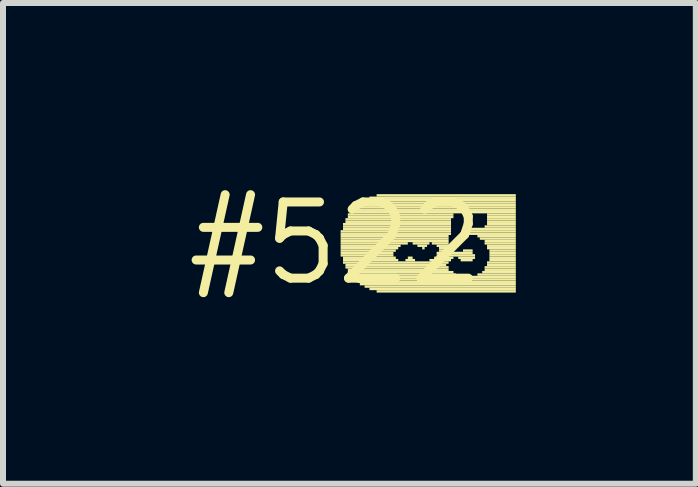
<source format=kicad_pcb>
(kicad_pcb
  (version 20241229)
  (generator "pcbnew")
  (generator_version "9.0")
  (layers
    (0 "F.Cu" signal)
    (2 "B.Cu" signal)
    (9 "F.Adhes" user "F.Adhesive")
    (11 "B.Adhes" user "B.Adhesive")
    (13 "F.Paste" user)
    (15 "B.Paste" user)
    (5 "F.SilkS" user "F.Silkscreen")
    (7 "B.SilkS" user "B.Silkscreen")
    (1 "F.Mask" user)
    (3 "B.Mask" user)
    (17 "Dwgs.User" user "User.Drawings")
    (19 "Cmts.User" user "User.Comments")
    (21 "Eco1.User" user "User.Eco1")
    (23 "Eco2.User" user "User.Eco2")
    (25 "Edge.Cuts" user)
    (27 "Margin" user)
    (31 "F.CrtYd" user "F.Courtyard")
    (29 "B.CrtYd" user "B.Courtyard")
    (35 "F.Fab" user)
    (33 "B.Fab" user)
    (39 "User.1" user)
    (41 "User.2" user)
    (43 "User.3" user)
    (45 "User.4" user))
  (footprint "#522"
    (layer "F.Cu")
    (at 2.547 1.006)
    (property "Reference" "#522" (at 0 0 0) (layer "F.SilkS") (effects (font (size 1.27 1.27) (thickness 0.15))))
    (attr through_hole)
    (fp_poly (pts (xy 0.08 -0.18) (xy 1.92 -0.18) (xy 1.92 -0.22) (xy 0.08 -0.22)) (stroke (width 0) (type solid)) (fill yes) (layer "F.SilkS"))
    (fp_poly (pts (xy 0.08 -0.14) (xy 1.92 -0.14) (xy 1.92 -0.18) (xy 0.08 -0.18)) (stroke (width 0) (type solid)) (fill yes) (layer "F.SilkS"))
    (fp_poly (pts (xy 0.08 -0.1) (xy 1.88 -0.1) (xy 1.88 -0.14) (xy 0.08 -0.14)) (stroke (width 0) (type solid)) (fill yes) (layer "F.SilkS"))
    (fp_poly (pts (xy 0.08 -0.06) (xy 1.88 -0.06) (xy 1.88 -0.1) (xy 0.08 -0.1)) (stroke (width 0) (type solid)) (fill yes) (layer "F.SilkS"))
    (fp_poly (pts (xy 0.08 -0.02) (xy 1.88 -0.02) (xy 1.88 -0.06) (xy 0.08 -0.06)) (stroke (width 0) (type solid)) (fill yes) (layer "F.SilkS"))
    (fp_poly (pts (xy 0.08 0.02) (xy 1.2 0.02) (xy 1.2 -0.02) (xy 0.08 -0.02)) (stroke (width 0) (type solid)) (fill yes) (layer "F.SilkS"))
    (fp_poly (pts (xy 0.08 0.06) (xy 1.08 0.06) (xy 1.08 0.02) (xy 0.08 0.02)) (stroke (width 0) (type solid)) (fill yes) (layer "F.SilkS"))
    (fp_poly (pts (xy 0.08 0.1) (xy 1.04 0.1) (xy 1.04 0.06) (xy 0.08 0.06)) (stroke (width 0) (type solid)) (fill yes) (layer "F.SilkS"))
    (fp_poly (pts (xy 0.08 0.14) (xy 1 0.14) (xy 1 0.1) (xy 0.08 0.1)) (stroke (width 0) (type solid)) (fill yes) (layer "F.SilkS"))
    (fp_poly (pts (xy 0.08 0.18) (xy 0.96 0.18) (xy 0.96 0.14) (xy 0.08 0.14)) (stroke (width 0) (type solid)) (fill yes) (layer "F.SilkS"))
    (fp_poly (pts (xy 0.08 0.22) (xy 0.96 0.22) (xy 0.96 0.18) (xy 0.08 0.18)) (stroke (width 0) (type solid)) (fill yes) (layer "F.SilkS"))
    (fp_poly (pts (xy 0.12 -0.3) (xy 1.92 -0.3) (xy 1.92 -0.34) (xy 0.12 -0.34)) (stroke (width 0) (type solid)) (fill yes) (layer "F.SilkS"))
    (fp_poly (pts (xy 0.12 -0.26) (xy 1.92 -0.26) (xy 1.92 -0.3) (xy 0.12 -0.3)) (stroke (width 0) (type solid)) (fill yes) (layer "F.SilkS"))
    (fp_poly (pts (xy 0.12 -0.22) (xy 1.92 -0.22) (xy 1.92 -0.26) (xy 0.12 -0.26)) (stroke (width 0) (type solid)) (fill yes) (layer "F.SilkS"))
    (fp_poly (pts (xy 0.12 0.26) (xy 1 0.26) (xy 1 0.22) (xy 0.12 0.22)) (stroke (width 0) (type solid)) (fill yes) (layer "F.SilkS"))
    (fp_poly (pts (xy 0.12 0.3) (xy 1.04 0.3) (xy 1.04 0.26) (xy 0.12 0.26)) (stroke (width 0) (type solid)) (fill yes) (layer "F.SilkS"))
    (fp_poly (pts (xy 0.12 0.34) (xy 1.88 0.34) (xy 1.88 0.3) (xy 0.12 0.3)) (stroke (width 0) (type solid)) (fill yes) (layer "F.SilkS"))
    (fp_poly (pts (xy 0.16 -0.38) (xy 1.92 -0.38) (xy 1.92 -0.42) (xy 0.16 -0.42)) (stroke (width 0) (type solid)) (fill yes) (layer "F.SilkS"))
    (fp_poly (pts (xy 0.16 -0.34) (xy 1.92 -0.34) (xy 1.92 -0.38) (xy 0.16 -0.38)) (stroke (width 0) (type solid)) (fill yes) (layer "F.SilkS"))
    (fp_poly (pts (xy 0.16 0.38) (xy 1.84 0.38) (xy 1.84 0.34) (xy 0.16 0.34)) (stroke (width 0) (type solid)) (fill yes) (layer "F.SilkS"))
    (fp_poly (pts (xy 0.16 0.42) (xy 1.88 0.42) (xy 1.88 0.38) (xy 0.16 0.38)) (stroke (width 0) (type solid)) (fill yes) (layer "F.SilkS"))
    (fp_poly (pts (xy 0.2 -0.46) (xy 1.96 -0.46) (xy 1.96 -0.5) (xy 0.2 -0.5)) (stroke (width 0) (type solid)) (fill yes) (layer "F.SilkS"))
    (fp_poly (pts (xy 0.2 -0.42) (xy 1.96 -0.42) (xy 1.96 -0.46) (xy 0.2 -0.46)) (stroke (width 0) (type solid)) (fill yes) (layer "F.SilkS"))
    (fp_poly (pts (xy 0.2 0.46) (xy 1.88 0.46) (xy 1.88 0.42) (xy 0.2 0.42)) (stroke (width 0) (type solid)) (fill yes) (layer "F.SilkS"))
    (fp_poly (pts (xy 0.2 0.5) (xy 1.96 0.5) (xy 1.96 0.46) (xy 0.2 0.46)) (stroke (width 0) (type solid)) (fill yes) (layer "F.SilkS"))
    (fp_poly (pts (xy 0.24 -0.5) (xy 3 -0.5) (xy 3 -0.54) (xy 0.24 -0.54)) (stroke (width 0) (type solid)) (fill yes) (layer "F.SilkS"))
    (fp_poly (pts (xy 0.24 0.54) (xy 2 0.54) (xy 2 0.5) (xy 0.24 0.5)) (stroke (width 0) (type solid)) (fill yes) (layer "F.SilkS"))
    (fp_poly (pts (xy 0.28 -0.54) (xy 3 -0.54) (xy 3 -0.58) (xy 0.28 -0.58)) (stroke (width 0) (type solid)) (fill yes) (layer "F.SilkS"))
    (fp_poly (pts (xy 0.28 0.58) (xy 3 0.58) (xy 3 0.54) (xy 0.28 0.54)) (stroke (width 0) (type solid)) (fill yes) (layer "F.SilkS"))
    (fp_poly (pts (xy 0.32 -0.58) (xy 3 -0.58) (xy 3 -0.62) (xy 0.32 -0.62)) (stroke (width 0) (type solid)) (fill yes) (layer "F.SilkS"))
    (fp_poly (pts (xy 0.32 0.62) (xy 3 0.62) (xy 3 0.58) (xy 0.32 0.58)) (stroke (width 0) (type solid)) (fill yes) (layer "F.SilkS"))
    (fp_poly (pts (xy 0.36 -0.62) (xy 3 -0.62) (xy 3 -0.66) (xy 0.36 -0.66)) (stroke (width 0) (type solid)) (fill yes) (layer "F.SilkS"))
    (fp_poly (pts (xy 0.36 0.66) (xy 3 0.66) (xy 3 0.62) (xy 0.36 0.62)) (stroke (width 0) (type solid)) (fill yes) (layer "F.SilkS"))
    (fp_poly (pts (xy 0.4 -0.66) (xy 3 -0.66) (xy 3 -0.7) (xy 0.4 -0.7)) (stroke (width 0) (type solid)) (fill yes) (layer "F.SilkS"))
    (fp_poly (pts (xy 0.4 0.7) (xy 3 0.7) (xy 3 0.66) (xy 0.4 0.66)) (stroke (width 0) (type solid)) (fill yes) (layer "F.SilkS"))
    (fp_poly (pts (xy 0.48 -0.7) (xy 3 -0.7) (xy 3 -0.74) (xy 0.48 -0.74)) (stroke (width 0) (type solid)) (fill yes) (layer "F.SilkS"))
    (fp_poly (pts (xy 0.48 0.74) (xy 3 0.74) (xy 3 0.7) (xy 0.48 0.7)) (stroke (width 0) (type solid)) (fill yes) (layer "F.SilkS"))
    (fp_poly (pts (xy 0.56 -0.74) (xy 3 -0.74) (xy 3 -0.78) (xy 0.56 -0.78)) (stroke (width 0) (type solid)) (fill yes) (layer "F.SilkS"))
    (fp_poly (pts (xy 0.56 0.78) (xy 3 0.78) (xy 3 0.74) (xy 0.56 0.74)) (stroke (width 0) (type solid)) (fill yes) (layer "F.SilkS"))
    (fp_poly (pts (xy 0.68 -0.78) (xy 3 -0.78) (xy 3 -0.82) (xy 0.68 -0.82)) (stroke (width 0) (type solid)) (fill yes) (layer "F.SilkS"))
    (fp_poly (pts (xy 0.68 0.82) (xy 3 0.82) (xy 3 0.78) (xy 0.68 0.78)) (stroke (width 0) (type solid)) (fill yes) (layer "F.SilkS"))
    (fp_poly (pts (xy 1.16 0.3) (xy 1.32 0.3) (xy 1.32 0.26) (xy 1.16 0.26)) (stroke (width 0) (type solid)) (fill yes) (layer "F.SilkS"))
    (fp_poly (pts (xy 1.2 0.26) (xy 1.28 0.26) (xy 1.28 0.22) (xy 1.2 0.22)) (stroke (width 0) (type solid)) (fill yes) (layer "F.SilkS"))
    (fp_poly (pts (xy 1.28 0.02) (xy 1.56 0.02) (xy 1.56 -0.02) (xy 1.28 -0.02)) (stroke (width 0) (type solid)) (fill yes) (layer "F.SilkS"))
    (fp_poly (pts (xy 1.36 0.06) (xy 1.52 0.06) (xy 1.52 0.02) (xy 1.36 0.02)) (stroke (width 0) (type solid)) (fill yes) (layer "F.SilkS"))
    (fp_poly (pts (xy 1.44 0.1) (xy 1.48 0.1) (xy 1.48 0.06) (xy 1.44 0.06)) (stroke (width 0) (type solid)) (fill yes) (layer "F.SilkS"))
    (fp_poly (pts (xy 1.56 0.3) (xy 1.92 0.3) (xy 1.92 0.26) (xy 1.56 0.26)) (stroke (width 0) (type solid)) (fill yes) (layer "F.SilkS"))
    (fp_poly (pts (xy 1.6 0.02) (xy 1.88 0.02) (xy 1.88 -0.02) (xy 1.6 -0.02)) (stroke (width 0) (type solid)) (fill yes) (layer "F.SilkS"))
    (fp_poly (pts (xy 1.64 0.26) (xy 1.96 0.26) (xy 1.96 0.22) (xy 1.64 0.22)) (stroke (width 0) (type solid)) (fill yes) (layer "F.SilkS"))
    (fp_poly (pts (xy 1.68 0.06) (xy 1.88 0.06) (xy 1.88 0.02) (xy 1.68 0.02)) (stroke (width 0) (type solid)) (fill yes) (layer "F.SilkS"))
    (fp_poly (pts (xy 1.68 0.18) (xy 2.28 0.18) (xy 2.28 0.14) (xy 1.68 0.14)) (stroke (width 0) (type solid)) (fill yes) (layer "F.SilkS"))
    (fp_poly (pts (xy 1.68 0.22) (xy 2.32 0.22) (xy 2.32 0.18) (xy 1.68 0.18)) (stroke (width 0) (type solid)) (fill yes) (layer "F.SilkS"))
    (fp_poly (pts (xy 1.72 0.1) (xy 1.88 0.1) (xy 1.88 0.06) (xy 1.72 0.06)) (stroke (width 0) (type solid)) (fill yes) (layer "F.SilkS"))
    (fp_poly (pts (xy 1.72 0.14) (xy 1.96 0.14) (xy 1.96 0.1) (xy 1.72 0.1)) (stroke (width 0) (type solid)) (fill yes) (layer "F.SilkS"))
    (fp_poly (pts (xy 2.04 0.26) (xy 2.32 0.26) (xy 2.32 0.22) (xy 2.04 0.22)) (stroke (width 0) (type solid)) (fill yes) (layer "F.SilkS"))
    (fp_poly (pts (xy 2.08 0.3) (xy 2.28 0.3) (xy 2.28 0.26) (xy 2.08 0.26)) (stroke (width 0) (type solid)) (fill yes) (layer "F.SilkS"))
    (fp_poly (pts (xy 2.12 0.14) (xy 2.28 0.14) (xy 2.28 0.1) (xy 2.12 0.1)) (stroke (width 0) (type solid)) (fill yes) (layer "F.SilkS"))
    (fp_poly (pts (xy 2.16 -0.22) (xy 3 -0.22) (xy 3 -0.26) (xy 2.16 -0.26)) (stroke (width 0) (type solid)) (fill yes) (layer "F.SilkS"))
    (fp_poly (pts (xy 2.16 -0.18) (xy 3 -0.18) (xy 3 -0.22) (xy 2.16 -0.22)) (stroke (width 0) (type solid)) (fill yes) (layer "F.SilkS"))
    (fp_poly (pts (xy 2.16 -0.14) (xy 3 -0.14) (xy 3 -0.18) (xy 2.16 -0.18)) (stroke (width 0) (type solid)) (fill yes) (layer "F.SilkS"))
    (fp_poly (pts (xy 2.36 -0.1) (xy 3 -0.1) (xy 3 -0.14) (xy 2.36 -0.14)) (stroke (width 0) (type solid)) (fill yes) (layer "F.SilkS"))
    (fp_poly (pts (xy 2.36 0.54) (xy 3 0.54) (xy 3 0.5) (xy 2.36 0.5)) (stroke (width 0) (type solid)) (fill yes) (layer "F.SilkS"))
    (fp_poly (pts (xy 2.4 -0.06) (xy 3 -0.06) (xy 3 -0.1) (xy 2.4 -0.1)) (stroke (width 0) (type solid)) (fill yes) (layer "F.SilkS"))
    (fp_poly (pts (xy 2.44 0.5) (xy 3 0.5) (xy 3 0.46) (xy 2.44 0.46)) (stroke (width 0) (type solid)) (fill yes) (layer "F.SilkS"))
    (fp_poly (pts (xy 2.48 -0.26) (xy 3 -0.26) (xy 3 -0.3) (xy 2.48 -0.3)) (stroke (width 0) (type solid)) (fill yes) (layer "F.SilkS"))
    (fp_poly (pts (xy 2.48 -0.02) (xy 3 -0.02) (xy 3 -0.06) (xy 2.48 -0.06)) (stroke (width 0) (type solid)) (fill yes) (layer "F.SilkS"))
    (fp_poly (pts (xy 2.48 0.02) (xy 3 0.02) (xy 3 -0.02) (xy 2.48 -0.02)) (stroke (width 0) (type solid)) (fill yes) (layer "F.SilkS"))
    (fp_poly (pts (xy 2.48 0.42) (xy 3 0.42) (xy 3 0.38) (xy 2.48 0.38)) (stroke (width 0) (type solid)) (fill yes) (layer "F.SilkS"))
    (fp_poly (pts (xy 2.48 0.46) (xy 3 0.46) (xy 3 0.42) (xy 2.48 0.42)) (stroke (width 0) (type solid)) (fill yes) (layer "F.SilkS"))
    (fp_poly (pts (xy 2.52 -0.46) (xy 3 -0.46) (xy 3 -0.5) (xy 2.52 -0.5)) (stroke (width 0) (type solid)) (fill yes) (layer "F.SilkS"))
    (fp_poly (pts (xy 2.52 -0.42) (xy 3 -0.42) (xy 3 -0.46) (xy 2.52 -0.46)) (stroke (width 0) (type solid)) (fill yes) (layer "F.SilkS"))
    (fp_poly (pts (xy 2.52 -0.38) (xy 3 -0.38) (xy 3 -0.42) (xy 2.52 -0.42)) (stroke (width 0) (type solid)) (fill yes) (layer "F.SilkS"))
    (fp_poly (pts (xy 2.52 -0.34) (xy 3 -0.34) (xy 3 -0.38) (xy 2.52 -0.38)) (stroke (width 0) (type solid)) (fill yes) (layer "F.SilkS"))
    (fp_poly (pts (xy 2.52 -0.3) (xy 3 -0.3) (xy 3 -0.34) (xy 2.52 -0.34)) (stroke (width 0) (type solid)) (fill yes) (layer "F.SilkS"))
    (fp_poly (pts (xy 2.52 0.06) (xy 3 0.06) (xy 3 0.02) (xy 2.52 0.02)) (stroke (width 0) (type solid)) (fill yes) (layer "F.SilkS"))
    (fp_poly (pts (xy 2.52 0.1) (xy 3 0.1) (xy 3 0.06) (xy 2.52 0.06)) (stroke (width 0) (type solid)) (fill yes) (layer "F.SilkS"))
    (fp_poly (pts (xy 2.52 0.34) (xy 3 0.34) (xy 3 0.3) (xy 2.52 0.3)) (stroke (width 0) (type solid)) (fill yes) (layer "F.SilkS"))
    (fp_poly (pts (xy 2.52 0.38) (xy 3 0.38) (xy 3 0.34) (xy 2.52 0.34)) (stroke (width 0) (type solid)) (fill yes) (layer "F.SilkS"))
    (fp_poly (pts (xy 2.56 0.14) (xy 3 0.14) (xy 3 0.1) (xy 2.56 0.1)) (stroke (width 0) (type solid)) (fill yes) (layer "F.SilkS"))
    (fp_poly (pts (xy 2.56 0.18) (xy 3 0.18) (xy 3 0.14) (xy 2.56 0.14)) (stroke (width 0) (type solid)) (fill yes) (layer "F.SilkS"))
    (fp_poly (pts (xy 2.56 0.22) (xy 3 0.22) (xy 3 0.18) (xy 2.56 0.18)) (stroke (width 0) (type solid)) (fill yes) (layer "F.SilkS"))
    (fp_poly (pts (xy 2.56 0.26) (xy 3 0.26) (xy 3 0.22) (xy 2.56 0.22)) (stroke (width 0) (type solid)) (fill yes) (layer "F.SilkS"))
    (fp_poly (pts (xy 2.56 0.3) (xy 3 0.3) (xy 3 0.26) (xy 2.56 0.26)) (stroke (width 0) (type solid)) (fill yes) (layer "F.SilkS")))
  (gr_rect
    (start -3 -3)
    (end 8.547 5.012)
    (stroke (width 0.1) (type default))
    (fill no)
    (layer "Edge.Cuts")))
</source>
